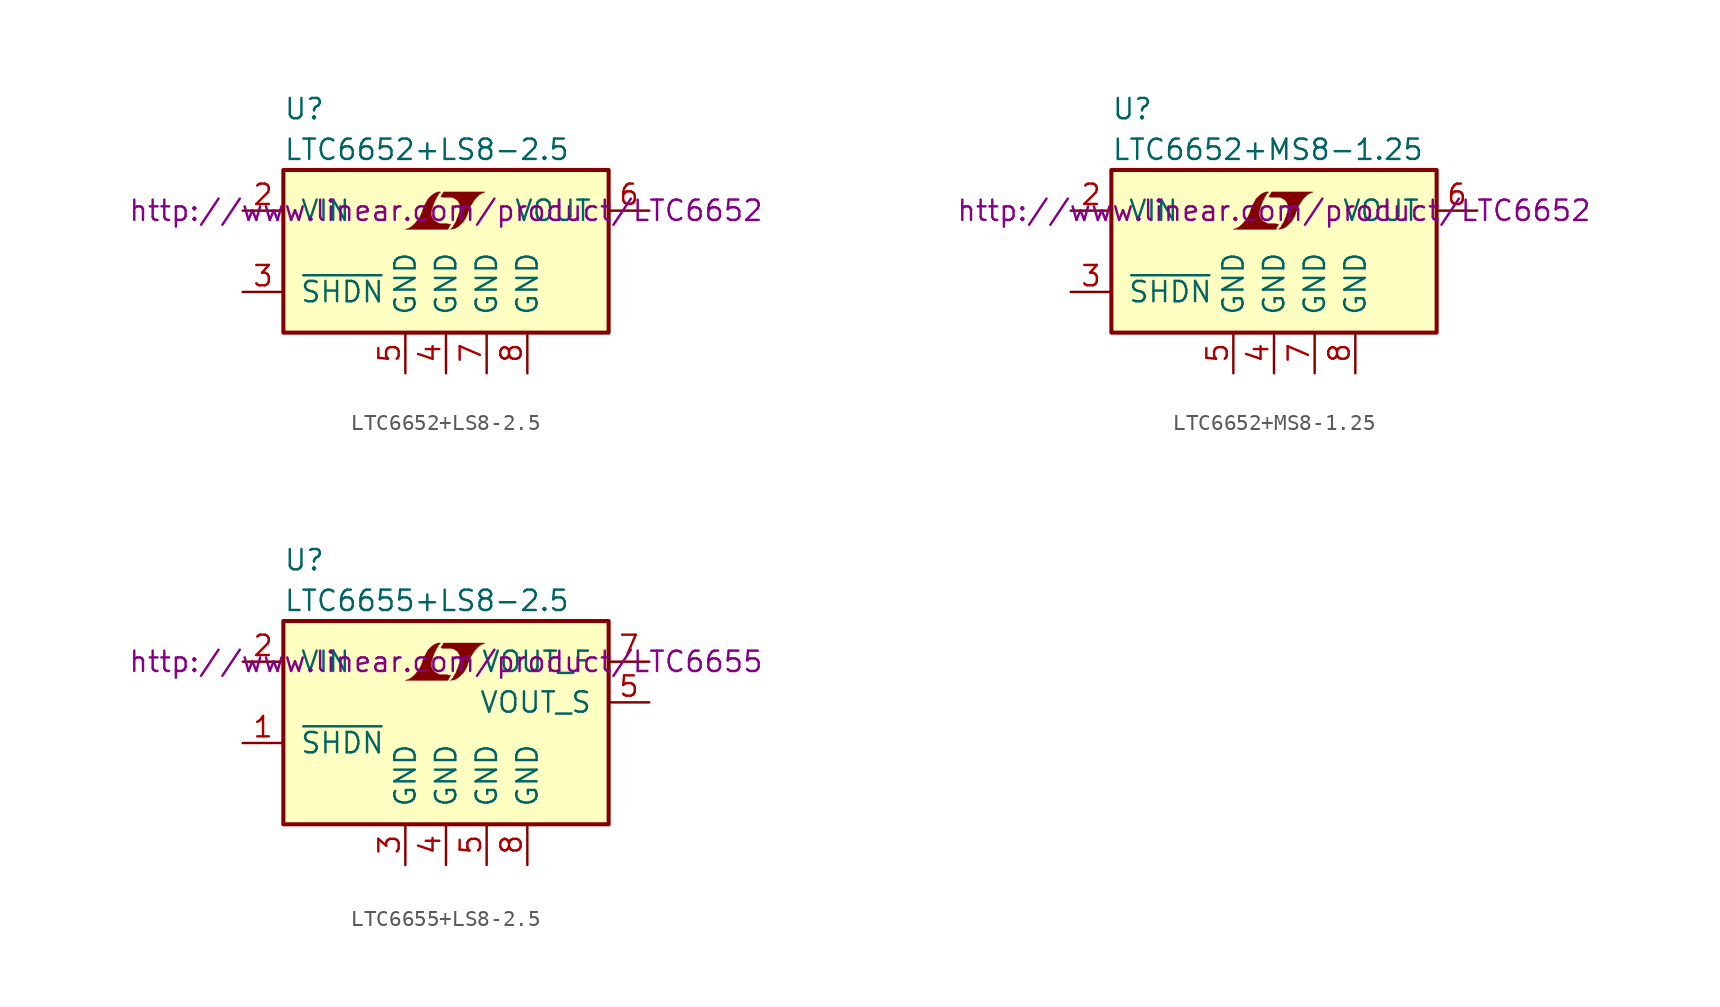
<source format=kicad_sym>
(kicad_symbol_lib
  (version 20201005)
  (generator kicad_symbol_editor)
  (symbol "LTC6652+LS8-2.5"
    (pin_names
      (offset 1.016))
    (property "Reference" "U"
      (at -10.16 8.89 0)
      (effects (font (size 1.27 1.27)) (justify left)))
    (property "Value" "LTC6652+LS8-2.5"
      (at -10.16 6.35 0)
      (effects (font (size 1.27 1.27)) (justify left)))
    (property "Datasheet" "http://www.linear.com/product/LTC6652"
      (at 0 2.54 0)
      (effects (font (size 1.27 1.27))))
    (symbol "LTC6652+LS8-2.5_0_0"
      (polyline (pts (xy 0.203 1.549) (xy 0.229 1.575) (xy 0.279 1.676) (xy 0.279 1.702) (xy 0.152 1.702) (xy 0.051 1.727) (xy -0.406 1.727) (xy -0.432 1.753) (xy -0.686 1.88) (xy -0.787 1.981) (xy -0.864 2.108) (xy -0.914 2.21) (xy -0.914 2.515) (xy -0.864 2.667) (xy -0.838 2.769) (xy -0.813 2.845) (xy -0.762 2.972) (xy -0.711 3.124) (xy -0.635 3.251) (xy -0.584 3.378) (xy -0.508 3.48) (xy -0.457 3.581) (xy -0.33 3.708) (xy -0.508 3.708) (xy -0.635 3.658) (xy -0.737 3.607) (xy -0.813 3.556) (xy -0.94 3.454) (xy -1.118 3.277) (xy -1.372 2.819) (xy -1.473 2.54) (xy -1.473 2.489) (xy -1.524 2.388) (xy -1.575 2.261) (xy -1.626 2.159) (xy -1.753 1.981) (xy -1.905 1.778) (xy -2.057 1.626) (xy -2.21 1.499) (xy -2.388 1.422) (xy -2.54 1.372) (xy 0.127 1.372) (xy 0.203 1.549)) (stroke (width 0.025)) (fill (type outline)))
      (polyline (pts (xy 0.406 1.397) (xy 0.483 1.397) (xy 0.66 1.473) (xy 0.813 1.575) (xy 1.092 1.854) (xy 1.219 2.057) (xy 1.321 2.261) (xy 1.397 2.515) (xy 1.422 2.515) (xy 1.499 2.769) (xy 1.753 3.175) (xy 1.905 3.353) (xy 2.057 3.505) (xy 2.21 3.607) (xy 2.388 3.683) (xy 2.413 3.683) (xy 2.413 3.708) (xy -0.152 3.708) (xy -0.229 3.556) (xy -0.254 3.531) (xy -0.305 3.429) (xy -0.33 3.404) (xy -0.279 3.404) (xy -0.229 3.378) (xy 0.305 3.378) (xy 0.356 3.353) (xy 0.406 3.353) (xy 0.483 3.327) (xy 0.61 3.251) (xy 0.737 3.15) (xy 0.813 3.023) (xy 0.838 2.972) (xy 0.864 2.946) (xy 0.864 2.54) (xy 0.838 2.489) (xy 0.838 2.413) (xy 0.787 2.311) (xy 0.762 2.184) (xy 0.686 2.032) (xy 0.635 1.88) (xy 0.483 1.626) (xy 0.432 1.524) (xy 0.279 1.372) (xy 0.406 1.397)) (stroke (width 0.025)) (fill (type outline))))
    (symbol "LTC6652+LS8-2.5_0_1"
      (rectangle (start -10.16 5.08) (end 10.16 -5.08) (stroke (width 0.254)) (fill (type background))))
    (symbol "LTC6652+LS8-2.5_1_1"
      (pin unconnected line (at -12.7 0 0) (length 2.54) hide (name "DNC" (effects (font (size 1.27 1.27)))) (number "1" (effects (font (size 1.27 1.27)))))
      (pin power_in line (at -12.7 2.54 0) (length 2.54) (name "VIN" (effects (font (size 1.27 1.27)))) (number "2" (effects (font (size 1.27 1.27)))))
      (pin input line (at -12.7 -2.54 0) (length 2.54) (name "~SHDN~" (effects (font (size 1.27 1.27)))) (number "3" (effects (font (size 1.27 1.27)))))
      (pin power_in line (at 0 -7.62 90) (length 2.54) (name "GND" (effects (font (size 1.27 1.27)))) (number "4" (effects (font (size 1.27 1.27)))))
      (pin power_in line (at -2.54 -7.62 90) (length 2.54) (name "GND" (effects (font (size 1.27 1.27)))) (number "5" (effects (font (size 1.27 1.27)))))
      (pin power_out line (at 12.7 2.54 180) (length 2.54) (name "VOUT" (effects (font (size 1.27 1.27)))) (number "6" (effects (font (size 1.27 1.27)))))
      (pin power_in line (at 2.54 -7.62 90) (length 2.54) (name "GND" (effects (font (size 1.27 1.27)))) (number "7" (effects (font (size 1.27 1.27)))))
      (pin power_in line (at 5.08 -7.62 90) (length 2.54) (name "GND" (effects (font (size 1.27 1.27)))) (number "8" (effects (font (size 1.27 1.27)))))))
  (symbol "LTC6652+MS8-1.25"
    (pin_names
      (offset 1.016))
    (property "Reference" "U"
      (at -10.16 8.89 0)
      (effects (font (size 1.27 1.27)) (justify left)))
    (property "Value" "LTC6652+MS8-1.25"
      (at -10.16 6.35 0)
      (effects (font (size 1.27 1.27)) (justify left)))
    (property "Datasheet" "http://www.linear.com/product/LTC6652"
      (at 0 2.54 0)
      (effects (font (size 1.27 1.27))))
    (symbol "LTC6652+MS8-1.25_0_0"
      (polyline (pts (xy 0.203 1.549) (xy 0.229 1.575) (xy 0.279 1.676) (xy 0.279 1.702) (xy 0.152 1.702) (xy 0.051 1.727) (xy -0.406 1.727) (xy -0.432 1.753) (xy -0.686 1.88) (xy -0.787 1.981) (xy -0.864 2.108) (xy -0.914 2.21) (xy -0.914 2.515) (xy -0.864 2.667) (xy -0.838 2.769) (xy -0.813 2.845) (xy -0.762 2.972) (xy -0.711 3.124) (xy -0.635 3.251) (xy -0.584 3.378) (xy -0.508 3.48) (xy -0.457 3.581) (xy -0.33 3.708) (xy -0.508 3.708) (xy -0.635 3.658) (xy -0.737 3.607) (xy -0.813 3.556) (xy -0.94 3.454) (xy -1.118 3.277) (xy -1.372 2.819) (xy -1.473 2.54) (xy -1.473 2.489) (xy -1.524 2.388) (xy -1.575 2.261) (xy -1.626 2.159) (xy -1.753 1.981) (xy -1.905 1.778) (xy -2.057 1.626) (xy -2.21 1.499) (xy -2.388 1.422) (xy -2.54 1.372) (xy 0.127 1.372) (xy 0.203 1.549)) (stroke (width 0.025)) (fill (type outline)))
      (polyline (pts (xy 0.406 1.397) (xy 0.483 1.397) (xy 0.66 1.473) (xy 0.813 1.575) (xy 1.092 1.854) (xy 1.219 2.057) (xy 1.321 2.261) (xy 1.397 2.515) (xy 1.422 2.515) (xy 1.499 2.769) (xy 1.753 3.175) (xy 1.905 3.353) (xy 2.057 3.505) (xy 2.21 3.607) (xy 2.388 3.683) (xy 2.413 3.683) (xy 2.413 3.708) (xy -0.152 3.708) (xy -0.229 3.556) (xy -0.254 3.531) (xy -0.305 3.429) (xy -0.33 3.404) (xy -0.279 3.404) (xy -0.229 3.378) (xy 0.305 3.378) (xy 0.356 3.353) (xy 0.406 3.353) (xy 0.483 3.327) (xy 0.61 3.251) (xy 0.737 3.15) (xy 0.813 3.023) (xy 0.838 2.972) (xy 0.864 2.946) (xy 0.864 2.54) (xy 0.838 2.489) (xy 0.838 2.413) (xy 0.787 2.311) (xy 0.762 2.184) (xy 0.686 2.032) (xy 0.635 1.88) (xy 0.483 1.626) (xy 0.432 1.524) (xy 0.279 1.372) (xy 0.406 1.397)) (stroke (width 0.025)) (fill (type outline))))
    (symbol "LTC6652+MS8-1.25_0_1"
      (rectangle (start -10.16 5.08) (end 10.16 -5.08) (stroke (width 0.254)) (fill (type background))))
    (symbol "LTC6652+MS8-1.25_1_1"
      (pin unconnected line (at -12.7 0 0) (length 2.54) hide (name "DNC" (effects (font (size 1.27 1.27)))) (number "1" (effects (font (size 1.27 1.27)))))
      (pin power_in line (at -12.7 2.54 0) (length 2.54) (name "VIN" (effects (font (size 1.27 1.27)))) (number "2" (effects (font (size 1.27 1.27)))))
      (pin input line (at -12.7 -2.54 0) (length 2.54) (name "~SHDN~" (effects (font (size 1.27 1.27)))) (number "3" (effects (font (size 1.27 1.27)))))
      (pin power_in line (at 0 -7.62 90) (length 2.54) (name "GND" (effects (font (size 1.27 1.27)))) (number "4" (effects (font (size 1.27 1.27)))))
      (pin power_in line (at -2.54 -7.62 90) (length 2.54) (name "GND" (effects (font (size 1.27 1.27)))) (number "5" (effects (font (size 1.27 1.27)))))
      (pin power_out line (at 12.7 2.54 180) (length 2.54) (name "VOUT" (effects (font (size 1.27 1.27)))) (number "6" (effects (font (size 1.27 1.27)))))
      (pin power_in line (at 2.54 -7.62 90) (length 2.54) (name "GND" (effects (font (size 1.27 1.27)))) (number "7" (effects (font (size 1.27 1.27)))))
      (pin power_in line (at 5.08 -7.62 90) (length 2.54) (name "GND" (effects (font (size 1.27 1.27)))) (number "8" (effects (font (size 1.27 1.27)))))))
  (symbol "LTC6655+LS8-2.5"
    (pin_names
      (offset 1.016))
    (property "Reference" "U"
      (at -10.16 8.89 0)
      (effects (font (size 1.27 1.27)) (justify left)))
    (property "Value" "LTC6655+LS8-2.5"
      (at -10.16 6.35 0)
      (effects (font (size 1.27 1.27)) (justify left)))
    (property "Datasheet" "http://www.linear.com/product/LTC6655"
      (at 0 2.54 0)
      (effects (font (size 1.27 1.27))))
    (symbol "LTC6655+LS8-2.5_0_0"
      (polyline (pts (xy 0.203 1.549) (xy 0.229 1.575) (xy 0.279 1.676) (xy 0.279 1.702) (xy 0.152 1.702) (xy 0.051 1.727) (xy -0.406 1.727) (xy -0.432 1.753) (xy -0.686 1.88) (xy -0.787 1.981) (xy -0.864 2.108) (xy -0.914 2.21) (xy -0.914 2.515) (xy -0.864 2.667) (xy -0.838 2.769) (xy -0.813 2.845) (xy -0.762 2.972) (xy -0.711 3.124) (xy -0.635 3.251) (xy -0.584 3.378) (xy -0.508 3.48) (xy -0.457 3.581) (xy -0.33 3.708) (xy -0.508 3.708) (xy -0.635 3.658) (xy -0.737 3.607) (xy -0.813 3.556) (xy -0.94 3.454) (xy -1.118 3.277) (xy -1.372 2.819) (xy -1.473 2.54) (xy -1.473 2.489) (xy -1.524 2.388) (xy -1.575 2.261) (xy -1.626 2.159) (xy -1.753 1.981) (xy -1.905 1.778) (xy -2.057 1.626) (xy -2.21 1.499) (xy -2.388 1.422) (xy -2.54 1.372) (xy 0.127 1.372) (xy 0.203 1.549)) (stroke (width 0.025)) (fill (type outline)))
      (polyline (pts (xy 0.406 1.397) (xy 0.483 1.397) (xy 0.66 1.473) (xy 0.813 1.575) (xy 1.092 1.854) (xy 1.219 2.057) (xy 1.321 2.261) (xy 1.397 2.515) (xy 1.422 2.515) (xy 1.499 2.769) (xy 1.753 3.175) (xy 1.905 3.353) (xy 2.057 3.505) (xy 2.21 3.607) (xy 2.388 3.683) (xy 2.413 3.683) (xy 2.413 3.708) (xy -0.152 3.708) (xy -0.229 3.556) (xy -0.254 3.531) (xy -0.305 3.429) (xy -0.33 3.404) (xy -0.279 3.404) (xy -0.229 3.378) (xy 0.305 3.378) (xy 0.356 3.353) (xy 0.406 3.353) (xy 0.483 3.327) (xy 0.61 3.251) (xy 0.737 3.15) (xy 0.813 3.023) (xy 0.838 2.972) (xy 0.864 2.946) (xy 0.864 2.54) (xy 0.838 2.489) (xy 0.838 2.413) (xy 0.787 2.311) (xy 0.762 2.184) (xy 0.686 2.032) (xy 0.635 1.88) (xy 0.483 1.626) (xy 0.432 1.524) (xy 0.279 1.372) (xy 0.406 1.397)) (stroke (width 0.025)) (fill (type outline))))
    (symbol "LTC6655+LS8-2.5_0_1"
      (rectangle (start -10.16 5.08) (end 10.16 -7.62) (stroke (width 0.254)) (fill (type background))))
    (symbol "LTC6655+LS8-2.5_1_1"
      (pin input line (at -12.7 -2.54 0) (length 2.54) (name "~SHDN~" (effects (font (size 1.27 1.27)))) (number "1" (effects (font (size 1.27 1.27)))))
      (pin power_in line (at -12.7 2.54 0) (length 2.54) (name "VIN" (effects (font (size 1.27 1.27)))) (number "2" (effects (font (size 1.27 1.27)))))
      (pin power_in line (at -2.54 -10.16 90) (length 2.54) (name "GND" (effects (font (size 1.27 1.27)))) (number "3" (effects (font (size 1.27 1.27)))))
      (pin power_in line (at 0 -10.16 90) (length 2.54) (name "GND" (effects (font (size 1.27 1.27)))) (number "4" (effects (font (size 1.27 1.27)))))
      (pin power_in line (at 2.54 -10.16 90) (length 2.54) (name "GND" (effects (font (size 1.27 1.27)))) (number "5" (effects (font (size 1.27 1.27)))))
      (pin passive line (at 12.7 0 180) (length 2.54) (name "VOUT_S" (effects (font (size 1.27 1.27)))) (number "5" (effects (font (size 1.27 1.27)))))
      (pin power_out line (at 12.7 2.54 180) (length 2.54) (name "VOUT_F" (effects (font (size 1.27 1.27)))) (number "7" (effects (font (size 1.27 1.27)))))
      (pin power_in line (at 5.08 -10.16 90) (length 2.54) (name "GND" (effects (font (size 1.27 1.27)))) (number "8" (effects (font (size 1.27 1.27))))))))
</source>
